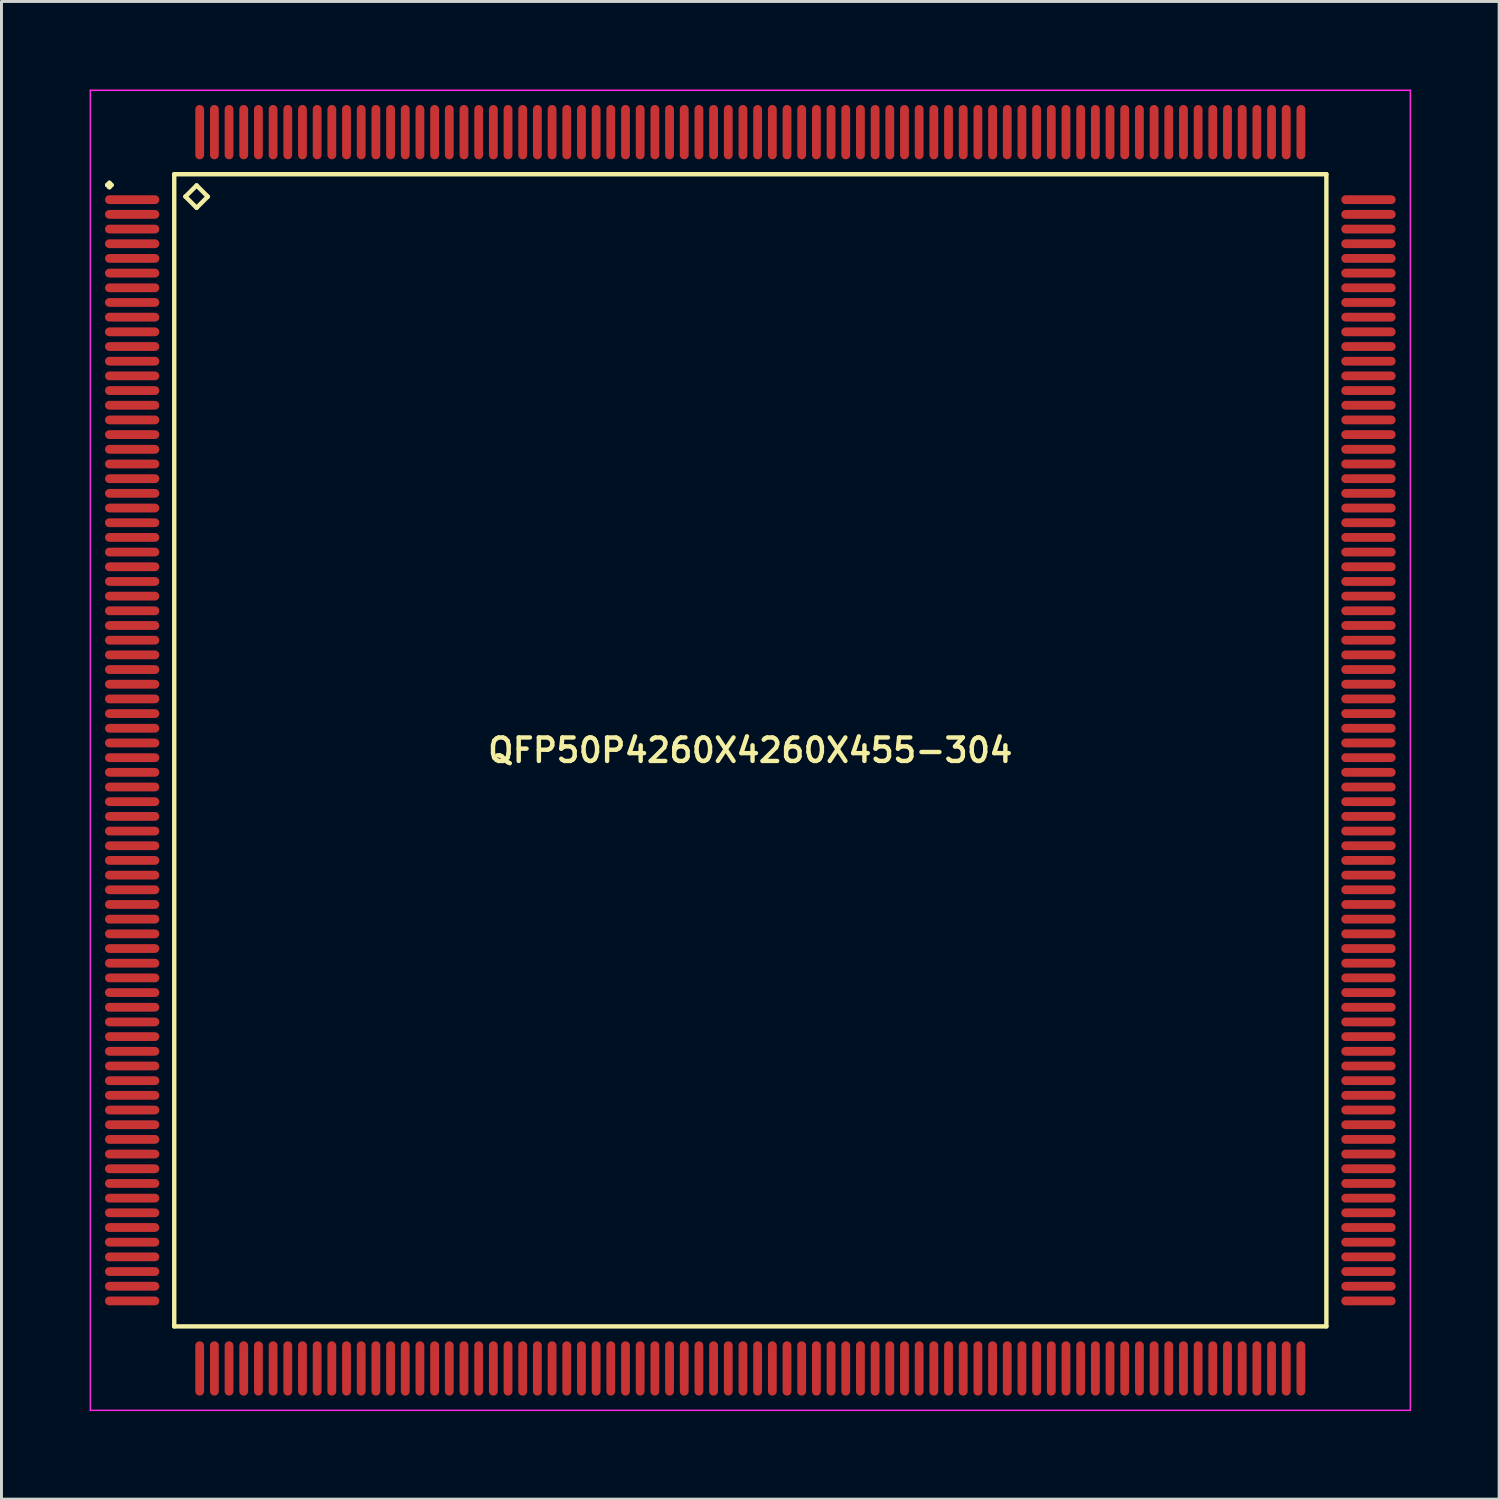
<source format=kicad_pcb>
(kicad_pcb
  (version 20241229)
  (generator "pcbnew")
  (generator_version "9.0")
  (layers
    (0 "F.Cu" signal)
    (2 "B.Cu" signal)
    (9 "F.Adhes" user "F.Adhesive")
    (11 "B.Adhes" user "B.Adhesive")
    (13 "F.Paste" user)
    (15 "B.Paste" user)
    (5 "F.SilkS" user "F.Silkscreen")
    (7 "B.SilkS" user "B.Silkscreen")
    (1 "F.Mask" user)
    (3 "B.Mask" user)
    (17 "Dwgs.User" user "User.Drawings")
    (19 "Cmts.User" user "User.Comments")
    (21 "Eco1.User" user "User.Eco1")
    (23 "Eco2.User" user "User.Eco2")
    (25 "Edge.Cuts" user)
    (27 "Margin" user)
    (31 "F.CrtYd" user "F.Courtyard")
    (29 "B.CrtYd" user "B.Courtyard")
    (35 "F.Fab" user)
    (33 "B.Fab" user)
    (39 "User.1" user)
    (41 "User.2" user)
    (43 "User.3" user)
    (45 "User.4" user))
  (footprint "QFP50P4260X4260X455-304"
    (layer "F.Cu")
    (at 22.5 22.5)
    (property "Reference" "QFP50P4260X4260X455-304" (at 0 0 0) (layer "F.SilkS") (effects (font (size 0.8 0.8) (thickness 0.15))))
    (attr smd)
    (fp_line (start -21.9 -19.25) (end -21.825 -19.325) (stroke (width 0.15) (type solid)) (layer "F.SilkS"))
    (fp_line (start -21.825 -19.325) (end -21.75 -19.25) (stroke (width 0.15) (type solid)) (layer "F.SilkS"))
    (fp_line (start -21.825 -19.175) (end -21.9 -19.25) (stroke (width 0.15) (type solid)) (layer "F.SilkS"))
    (fp_line (start -21.75 -19.25) (end -21.825 -19.175) (stroke (width 0.15) (type solid)) (layer "F.SilkS"))
    (fp_line (start -19.617 -19.617) (end -19.617 19.617) (stroke (width 0.15) (type solid)) (layer "F.SilkS"))
    (fp_line (start -19.617 19.617) (end 19.617 19.617) (stroke (width 0.15) (type solid)) (layer "F.SilkS"))
    (fp_line (start -19.236 -18.855) (end -18.855 -19.236) (stroke (width 0.15) (type solid)) (layer "F.SilkS"))
    (fp_line (start -18.855 -19.236) (end -18.474 -18.855) (stroke (width 0.15) (type solid)) (layer "F.SilkS"))
    (fp_line (start -18.855 -18.474) (end -19.236 -18.855) (stroke (width 0.15) (type solid)) (layer "F.SilkS"))
    (fp_line (start -18.474 -18.855) (end -18.855 -18.474) (stroke (width 0.15) (type solid)) (layer "F.SilkS"))
    (fp_line (start 19.617 -19.617) (end -19.617 -19.617) (stroke (width 0.15) (type solid)) (layer "F.SilkS"))
    (fp_line (start 19.617 19.617) (end 19.617 -19.617) (stroke (width 0.15) (type solid)) (layer "F.SilkS"))
    (fp_line (start -22.475 -22.475) (end 22.475 -22.475) (stroke (width 0.05) (type solid)) (layer "F.CrtYd"))
    (fp_line (start -22.475 22.475) (end -22.475 -22.475) (stroke (width 0.05) (type solid)) (layer "F.CrtYd"))
    (fp_line (start 22.475 -22.475) (end 22.475 22.475) (stroke (width 0.05) (type solid)) (layer "F.CrtYd"))
    (fp_line (start 22.475 22.475) (end -22.475 22.475) (stroke (width 0.05) (type solid)) (layer "F.CrtYd"))
    (pad "1" smd oval (at -21.05 -18.75) (size 1.85 0.3) (layers "F.Cu" "F.Mask" "F.Paste"))
    (pad "2" smd oval (at -21.05 -18.25) (size 1.85 0.3) (layers "F.Cu" "F.Mask" "F.Paste"))
    (pad "3" smd oval (at -21.05 -17.75) (size 1.85 0.3) (layers "F.Cu" "F.Mask" "F.Paste"))
    (pad "4" smd oval (at -21.05 -17.25) (size 1.85 0.3) (layers "F.Cu" "F.Mask" "F.Paste"))
    (pad "5" smd oval (at -21.05 -16.75) (size 1.85 0.3) (layers "F.Cu" "F.Mask" "F.Paste"))
    (pad "6" smd oval (at -21.05 -16.25) (size 1.85 0.3) (layers "F.Cu" "F.Mask" "F.Paste"))
    (pad "7" smd oval (at -21.05 -15.75) (size 1.85 0.3) (layers "F.Cu" "F.Mask" "F.Paste"))
    (pad "8" smd oval (at -21.05 -15.25) (size 1.85 0.3) (layers "F.Cu" "F.Mask" "F.Paste"))
    (pad "9" smd oval (at -21.05 -14.75) (size 1.85 0.3) (layers "F.Cu" "F.Mask" "F.Paste"))
    (pad "10" smd oval (at -21.05 -14.25) (size 1.85 0.3) (layers "F.Cu" "F.Mask" "F.Paste"))
    (pad "11" smd oval (at -21.05 -13.75) (size 1.85 0.3) (layers "F.Cu" "F.Mask" "F.Paste"))
    (pad "12" smd oval (at -21.05 -13.25) (size 1.85 0.3) (layers "F.Cu" "F.Mask" "F.Paste"))
    (pad "13" smd oval (at -21.05 -12.75) (size 1.85 0.3) (layers "F.Cu" "F.Mask" "F.Paste"))
    (pad "14" smd oval (at -21.05 -12.25) (size 1.85 0.3) (layers "F.Cu" "F.Mask" "F.Paste"))
    (pad "15" smd oval (at -21.05 -11.75) (size 1.85 0.3) (layers "F.Cu" "F.Mask" "F.Paste"))
    (pad "16" smd oval (at -21.05 -11.25) (size 1.85 0.3) (layers "F.Cu" "F.Mask" "F.Paste"))
    (pad "17" smd oval (at -21.05 -10.75) (size 1.85 0.3) (layers "F.Cu" "F.Mask" "F.Paste"))
    (pad "18" smd oval (at -21.05 -10.25) (size 1.85 0.3) (layers "F.Cu" "F.Mask" "F.Paste"))
    (pad "19" smd oval (at -21.05 -9.75) (size 1.85 0.3) (layers "F.Cu" "F.Mask" "F.Paste"))
    (pad "20" smd oval (at -21.05 -9.25) (size 1.85 0.3) (layers "F.Cu" "F.Mask" "F.Paste"))
    (pad "21" smd oval (at -21.05 -8.75) (size 1.85 0.3) (layers "F.Cu" "F.Mask" "F.Paste"))
    (pad "22" smd oval (at -21.05 -8.25) (size 1.85 0.3) (layers "F.Cu" "F.Mask" "F.Paste"))
    (pad "23" smd oval (at -21.05 -7.75) (size 1.85 0.3) (layers "F.Cu" "F.Mask" "F.Paste"))
    (pad "24" smd oval (at -21.05 -7.25) (size 1.85 0.3) (layers "F.Cu" "F.Mask" "F.Paste"))
    (pad "25" smd oval (at -21.05 -6.75) (size 1.85 0.3) (layers "F.Cu" "F.Mask" "F.Paste"))
    (pad "26" smd oval (at -21.05 -6.25) (size 1.85 0.3) (layers "F.Cu" "F.Mask" "F.Paste"))
    (pad "27" smd oval (at -21.05 -5.75) (size 1.85 0.3) (layers "F.Cu" "F.Mask" "F.Paste"))
    (pad "28" smd oval (at -21.05 -5.25) (size 1.85 0.3) (layers "F.Cu" "F.Mask" "F.Paste"))
    (pad "29" smd oval (at -21.05 -4.75) (size 1.85 0.3) (layers "F.Cu" "F.Mask" "F.Paste"))
    (pad "30" smd oval (at -21.05 -4.25) (size 1.85 0.3) (layers "F.Cu" "F.Mask" "F.Paste"))
    (pad "31" smd oval (at -21.05 -3.75) (size 1.85 0.3) (layers "F.Cu" "F.Mask" "F.Paste"))
    (pad "32" smd oval (at -21.05 -3.25) (size 1.85 0.3) (layers "F.Cu" "F.Mask" "F.Paste"))
    (pad "33" smd oval (at -21.05 -2.75) (size 1.85 0.3) (layers "F.Cu" "F.Mask" "F.Paste"))
    (pad "34" smd oval (at -21.05 -2.25) (size 1.85 0.3) (layers "F.Cu" "F.Mask" "F.Paste"))
    (pad "35" smd oval (at -21.05 -1.75) (size 1.85 0.3) (layers "F.Cu" "F.Mask" "F.Paste"))
    (pad "36" smd oval (at -21.05 -1.25) (size 1.85 0.3) (layers "F.Cu" "F.Mask" "F.Paste"))
    (pad "37" smd oval (at -21.05 -0.75) (size 1.85 0.3) (layers "F.Cu" "F.Mask" "F.Paste"))
    (pad "38" smd oval (at -21.05 -0.25) (size 1.85 0.3) (layers "F.Cu" "F.Mask" "F.Paste"))
    (pad "39" smd oval (at -21.05 0.25) (size 1.85 0.3) (layers "F.Cu" "F.Mask" "F.Paste"))
    (pad "40" smd oval (at -21.05 0.75) (size 1.85 0.3) (layers "F.Cu" "F.Mask" "F.Paste"))
    (pad "41" smd oval (at -21.05 1.25) (size 1.85 0.3) (layers "F.Cu" "F.Mask" "F.Paste"))
    (pad "42" smd oval (at -21.05 1.75) (size 1.85 0.3) (layers "F.Cu" "F.Mask" "F.Paste"))
    (pad "43" smd oval (at -21.05 2.25) (size 1.85 0.3) (layers "F.Cu" "F.Mask" "F.Paste"))
    (pad "44" smd oval (at -21.05 2.75) (size 1.85 0.3) (layers "F.Cu" "F.Mask" "F.Paste"))
    (pad "45" smd oval (at -21.05 3.25) (size 1.85 0.3) (layers "F.Cu" "F.Mask" "F.Paste"))
    (pad "46" smd oval (at -21.05 3.75) (size 1.85 0.3) (layers "F.Cu" "F.Mask" "F.Paste"))
    (pad "47" smd oval (at -21.05 4.25) (size 1.85 0.3) (layers "F.Cu" "F.Mask" "F.Paste"))
    (pad "48" smd oval (at -21.05 4.75) (size 1.85 0.3) (layers "F.Cu" "F.Mask" "F.Paste"))
    (pad "49" smd oval (at -21.05 5.25) (size 1.85 0.3) (layers "F.Cu" "F.Mask" "F.Paste"))
    (pad "50" smd oval (at -21.05 5.75) (size 1.85 0.3) (layers "F.Cu" "F.Mask" "F.Paste"))
    (pad "51" smd oval (at -21.05 6.25) (size 1.85 0.3) (layers "F.Cu" "F.Mask" "F.Paste"))
    (pad "52" smd oval (at -21.05 6.75) (size 1.85 0.3) (layers "F.Cu" "F.Mask" "F.Paste"))
    (pad "53" smd oval (at -21.05 7.25) (size 1.85 0.3) (layers "F.Cu" "F.Mask" "F.Paste"))
    (pad "54" smd oval (at -21.05 7.75) (size 1.85 0.3) (layers "F.Cu" "F.Mask" "F.Paste"))
    (pad "55" smd oval (at -21.05 8.25) (size 1.85 0.3) (layers "F.Cu" "F.Mask" "F.Paste"))
    (pad "56" smd oval (at -21.05 8.75) (size 1.85 0.3) (layers "F.Cu" "F.Mask" "F.Paste"))
    (pad "57" smd oval (at -21.05 9.25) (size 1.85 0.3) (layers "F.Cu" "F.Mask" "F.Paste"))
    (pad "58" smd oval (at -21.05 9.75) (size 1.85 0.3) (layers "F.Cu" "F.Mask" "F.Paste"))
    (pad "59" smd oval (at -21.05 10.25) (size 1.85 0.3) (layers "F.Cu" "F.Mask" "F.Paste"))
    (pad "60" smd oval (at -21.05 10.75) (size 1.85 0.3) (layers "F.Cu" "F.Mask" "F.Paste"))
    (pad "61" smd oval (at -21.05 11.25) (size 1.85 0.3) (layers "F.Cu" "F.Mask" "F.Paste"))
    (pad "62" smd oval (at -21.05 11.75) (size 1.85 0.3) (layers "F.Cu" "F.Mask" "F.Paste"))
    (pad "63" smd oval (at -21.05 12.25) (size 1.85 0.3) (layers "F.Cu" "F.Mask" "F.Paste"))
    (pad "64" smd oval (at -21.05 12.75) (size 1.85 0.3) (layers "F.Cu" "F.Mask" "F.Paste"))
    (pad "65" smd oval (at -21.05 13.25) (size 1.85 0.3) (layers "F.Cu" "F.Mask" "F.Paste"))
    (pad "66" smd oval (at -21.05 13.75) (size 1.85 0.3) (layers "F.Cu" "F.Mask" "F.Paste"))
    (pad "67" smd oval (at -21.05 14.25) (size 1.85 0.3) (layers "F.Cu" "F.Mask" "F.Paste"))
    (pad "68" smd oval (at -21.05 14.75) (size 1.85 0.3) (layers "F.Cu" "F.Mask" "F.Paste"))
    (pad "69" smd oval (at -21.05 15.25) (size 1.85 0.3) (layers "F.Cu" "F.Mask" "F.Paste"))
    (pad "70" smd oval (at -21.05 15.75) (size 1.85 0.3) (layers "F.Cu" "F.Mask" "F.Paste"))
    (pad "71" smd oval (at -21.05 16.25) (size 1.85 0.3) (layers "F.Cu" "F.Mask" "F.Paste"))
    (pad "72" smd oval (at -21.05 16.75) (size 1.85 0.3) (layers "F.Cu" "F.Mask" "F.Paste"))
    (pad "73" smd oval (at -21.05 17.25) (size 1.85 0.3) (layers "F.Cu" "F.Mask" "F.Paste"))
    (pad "74" smd oval (at -21.05 17.75) (size 1.85 0.3) (layers "F.Cu" "F.Mask" "F.Paste"))
    (pad "75" smd oval (at -21.05 18.25) (size 1.85 0.3) (layers "F.Cu" "F.Mask" "F.Paste"))
    (pad "76" smd oval (at -21.05 18.75) (size 1.85 0.3) (layers "F.Cu" "F.Mask" "F.Paste"))
    (pad "77" smd oval (at -18.75 21.05) (size 0.3 1.85) (layers "F.Cu" "F.Mask" "F.Paste"))
    (pad "78" smd oval (at -18.25 21.05) (size 0.3 1.85) (layers "F.Cu" "F.Mask" "F.Paste"))
    (pad "79" smd oval (at -17.75 21.05) (size 0.3 1.85) (layers "F.Cu" "F.Mask" "F.Paste"))
    (pad "80" smd oval (at -17.25 21.05) (size 0.3 1.85) (layers "F.Cu" "F.Mask" "F.Paste"))
    (pad "81" smd oval (at -16.75 21.05) (size 0.3 1.85) (layers "F.Cu" "F.Mask" "F.Paste"))
    (pad "82" smd oval (at -16.25 21.05) (size 0.3 1.85) (layers "F.Cu" "F.Mask" "F.Paste"))
    (pad "83" smd oval (at -15.75 21.05) (size 0.3 1.85) (layers "F.Cu" "F.Mask" "F.Paste"))
    (pad "84" smd oval (at -15.25 21.05) (size 0.3 1.85) (layers "F.Cu" "F.Mask" "F.Paste"))
    (pad "85" smd oval (at -14.75 21.05) (size 0.3 1.85) (layers "F.Cu" "F.Mask" "F.Paste"))
    (pad "86" smd oval (at -14.25 21.05) (size 0.3 1.85) (layers "F.Cu" "F.Mask" "F.Paste"))
    (pad "87" smd oval (at -13.75 21.05) (size 0.3 1.85) (layers "F.Cu" "F.Mask" "F.Paste"))
    (pad "88" smd oval (at -13.25 21.05) (size 0.3 1.85) (layers "F.Cu" "F.Mask" "F.Paste"))
    (pad "89" smd oval (at -12.75 21.05) (size 0.3 1.85) (layers "F.Cu" "F.Mask" "F.Paste"))
    (pad "90" smd oval (at -12.25 21.05) (size 0.3 1.85) (layers "F.Cu" "F.Mask" "F.Paste"))
    (pad "91" smd oval (at -11.75 21.05) (size 0.3 1.85) (layers "F.Cu" "F.Mask" "F.Paste"))
    (pad "92" smd oval (at -11.25 21.05) (size 0.3 1.85) (layers "F.Cu" "F.Mask" "F.Paste"))
    (pad "93" smd oval (at -10.75 21.05) (size 0.3 1.85) (layers "F.Cu" "F.Mask" "F.Paste"))
    (pad "94" smd oval (at -10.25 21.05) (size 0.3 1.85) (layers "F.Cu" "F.Mask" "F.Paste"))
    (pad "95" smd oval (at -9.75 21.05) (size 0.3 1.85) (layers "F.Cu" "F.Mask" "F.Paste"))
    (pad "96" smd oval (at -9.25 21.05) (size 0.3 1.85) (layers "F.Cu" "F.Mask" "F.Paste"))
    (pad "97" smd oval (at -8.75 21.05) (size 0.3 1.85) (layers "F.Cu" "F.Mask" "F.Paste"))
    (pad "98" smd oval (at -8.25 21.05) (size 0.3 1.85) (layers "F.Cu" "F.Mask" "F.Paste"))
    (pad "99" smd oval (at -7.75 21.05) (size 0.3 1.85) (layers "F.Cu" "F.Mask" "F.Paste"))
    (pad "100" smd oval (at -7.25 21.05) (size 0.3 1.85) (layers "F.Cu" "F.Mask" "F.Paste"))
    (pad "101" smd oval (at -6.75 21.05) (size 0.3 1.85) (layers "F.Cu" "F.Mask" "F.Paste"))
    (pad "102" smd oval (at -6.25 21.05) (size 0.3 1.85) (layers "F.Cu" "F.Mask" "F.Paste"))
    (pad "103" smd oval (at -5.75 21.05) (size 0.3 1.85) (layers "F.Cu" "F.Mask" "F.Paste"))
    (pad "104" smd oval (at -5.25 21.05) (size 0.3 1.85) (layers "F.Cu" "F.Mask" "F.Paste"))
    (pad "105" smd oval (at -4.75 21.05) (size 0.3 1.85) (layers "F.Cu" "F.Mask" "F.Paste"))
    (pad "106" smd oval (at -4.25 21.05) (size 0.3 1.85) (layers "F.Cu" "F.Mask" "F.Paste"))
    (pad "107" smd oval (at -3.75 21.05) (size 0.3 1.85) (layers "F.Cu" "F.Mask" "F.Paste"))
    (pad "108" smd oval (at -3.25 21.05) (size 0.3 1.85) (layers "F.Cu" "F.Mask" "F.Paste"))
    (pad "109" smd oval (at -2.75 21.05) (size 0.3 1.85) (layers "F.Cu" "F.Mask" "F.Paste"))
    (pad "110" smd oval (at -2.25 21.05) (size 0.3 1.85) (layers "F.Cu" "F.Mask" "F.Paste"))
    (pad "111" smd oval (at -1.75 21.05) (size 0.3 1.85) (layers "F.Cu" "F.Mask" "F.Paste"))
    (pad "112" smd oval (at -1.25 21.05) (size 0.3 1.85) (layers "F.Cu" "F.Mask" "F.Paste"))
    (pad "113" smd oval (at -0.75 21.05) (size 0.3 1.85) (layers "F.Cu" "F.Mask" "F.Paste"))
    (pad "114" smd oval (at -0.25 21.05) (size 0.3 1.85) (layers "F.Cu" "F.Mask" "F.Paste"))
    (pad "115" smd oval (at 0.25 21.05) (size 0.3 1.85) (layers "F.Cu" "F.Mask" "F.Paste"))
    (pad "116" smd oval (at 0.75 21.05) (size 0.3 1.85) (layers "F.Cu" "F.Mask" "F.Paste"))
    (pad "117" smd oval (at 1.25 21.05) (size 0.3 1.85) (layers "F.Cu" "F.Mask" "F.Paste"))
    (pad "118" smd oval (at 1.75 21.05) (size 0.3 1.85) (layers "F.Cu" "F.Mask" "F.Paste"))
    (pad "119" smd oval (at 2.25 21.05) (size 0.3 1.85) (layers "F.Cu" "F.Mask" "F.Paste"))
    (pad "120" smd oval (at 2.75 21.05) (size 0.3 1.85) (layers "F.Cu" "F.Mask" "F.Paste"))
    (pad "121" smd oval (at 3.25 21.05) (size 0.3 1.85) (layers "F.Cu" "F.Mask" "F.Paste"))
    (pad "122" smd oval (at 3.75 21.05) (size 0.3 1.85) (layers "F.Cu" "F.Mask" "F.Paste"))
    (pad "123" smd oval (at 4.25 21.05) (size 0.3 1.85) (layers "F.Cu" "F.Mask" "F.Paste"))
    (pad "124" smd oval (at 4.75 21.05) (size 0.3 1.85) (layers "F.Cu" "F.Mask" "F.Paste"))
    (pad "125" smd oval (at 5.25 21.05) (size 0.3 1.85) (layers "F.Cu" "F.Mask" "F.Paste"))
    (pad "126" smd oval (at 5.75 21.05) (size 0.3 1.85) (layers "F.Cu" "F.Mask" "F.Paste"))
    (pad "127" smd oval (at 6.25 21.05) (size 0.3 1.85) (layers "F.Cu" "F.Mask" "F.Paste"))
    (pad "128" smd oval (at 6.75 21.05) (size 0.3 1.85) (layers "F.Cu" "F.Mask" "F.Paste"))
    (pad "129" smd oval (at 7.25 21.05) (size 0.3 1.85) (layers "F.Cu" "F.Mask" "F.Paste"))
    (pad "130" smd oval (at 7.75 21.05) (size 0.3 1.85) (layers "F.Cu" "F.Mask" "F.Paste"))
    (pad "131" smd oval (at 8.25 21.05) (size 0.3 1.85) (layers "F.Cu" "F.Mask" "F.Paste"))
    (pad "132" smd oval (at 8.75 21.05) (size 0.3 1.85) (layers "F.Cu" "F.Mask" "F.Paste"))
    (pad "133" smd oval (at 9.25 21.05) (size 0.3 1.85) (layers "F.Cu" "F.Mask" "F.Paste"))
    (pad "134" smd oval (at 9.75 21.05) (size 0.3 1.85) (layers "F.Cu" "F.Mask" "F.Paste"))
    (pad "135" smd oval (at 10.25 21.05) (size 0.3 1.85) (layers "F.Cu" "F.Mask" "F.Paste"))
    (pad "136" smd oval (at 10.75 21.05) (size 0.3 1.85) (layers "F.Cu" "F.Mask" "F.Paste"))
    (pad "137" smd oval (at 11.25 21.05) (size 0.3 1.85) (layers "F.Cu" "F.Mask" "F.Paste"))
    (pad "138" smd oval (at 11.75 21.05) (size 0.3 1.85) (layers "F.Cu" "F.Mask" "F.Paste"))
    (pad "139" smd oval (at 12.25 21.05) (size 0.3 1.85) (layers "F.Cu" "F.Mask" "F.Paste"))
    (pad "140" smd oval (at 12.75 21.05) (size 0.3 1.85) (layers "F.Cu" "F.Mask" "F.Paste"))
    (pad "141" smd oval (at 13.25 21.05) (size 0.3 1.85) (layers "F.Cu" "F.Mask" "F.Paste"))
    (pad "142" smd oval (at 13.75 21.05) (size 0.3 1.85) (layers "F.Cu" "F.Mask" "F.Paste"))
    (pad "143" smd oval (at 14.25 21.05) (size 0.3 1.85) (layers "F.Cu" "F.Mask" "F.Paste"))
    (pad "144" smd oval (at 14.75 21.05) (size 0.3 1.85) (layers "F.Cu" "F.Mask" "F.Paste"))
    (pad "145" smd oval (at 15.25 21.05) (size 0.3 1.85) (layers "F.Cu" "F.Mask" "F.Paste"))
    (pad "146" smd oval (at 15.75 21.05) (size 0.3 1.85) (layers "F.Cu" "F.Mask" "F.Paste"))
    (pad "147" smd oval (at 16.25 21.05) (size 0.3 1.85) (layers "F.Cu" "F.Mask" "F.Paste"))
    (pad "148" smd oval (at 16.75 21.05) (size 0.3 1.85) (layers "F.Cu" "F.Mask" "F.Paste"))
    (pad "149" smd oval (at 17.25 21.05) (size 0.3 1.85) (layers "F.Cu" "F.Mask" "F.Paste"))
    (pad "150" smd oval (at 17.75 21.05) (size 0.3 1.85) (layers "F.Cu" "F.Mask" "F.Paste"))
    (pad "151" smd oval (at 18.25 21.05) (size 0.3 1.85) (layers "F.Cu" "F.Mask" "F.Paste"))
    (pad "152" smd oval (at 18.75 21.05) (size 0.3 1.85) (layers "F.Cu" "F.Mask" "F.Paste"))
    (pad "153" smd oval (at 21.05 18.75) (size 1.85 0.3) (layers "F.Cu" "F.Mask" "F.Paste"))
    (pad "154" smd oval (at 21.05 18.25) (size 1.85 0.3) (layers "F.Cu" "F.Mask" "F.Paste"))
    (pad "155" smd oval (at 21.05 17.75) (size 1.85 0.3) (layers "F.Cu" "F.Mask" "F.Paste"))
    (pad "156" smd oval (at 21.05 17.25) (size 1.85 0.3) (layers "F.Cu" "F.Mask" "F.Paste"))
    (pad "157" smd oval (at 21.05 16.75) (size 1.85 0.3) (layers "F.Cu" "F.Mask" "F.Paste"))
    (pad "158" smd oval (at 21.05 16.25) (size 1.85 0.3) (layers "F.Cu" "F.Mask" "F.Paste"))
    (pad "159" smd oval (at 21.05 15.75) (size 1.85 0.3) (layers "F.Cu" "F.Mask" "F.Paste"))
    (pad "160" smd oval (at 21.05 15.25) (size 1.85 0.3) (layers "F.Cu" "F.Mask" "F.Paste"))
    (pad "161" smd oval (at 21.05 14.75) (size 1.85 0.3) (layers "F.Cu" "F.Mask" "F.Paste"))
    (pad "162" smd oval (at 21.05 14.25) (size 1.85 0.3) (layers "F.Cu" "F.Mask" "F.Paste"))
    (pad "163" smd oval (at 21.05 13.75) (size 1.85 0.3) (layers "F.Cu" "F.Mask" "F.Paste"))
    (pad "164" smd oval (at 21.05 13.25) (size 1.85 0.3) (layers "F.Cu" "F.Mask" "F.Paste"))
    (pad "165" smd oval (at 21.05 12.75) (size 1.85 0.3) (layers "F.Cu" "F.Mask" "F.Paste"))
    (pad "166" smd oval (at 21.05 12.25) (size 1.85 0.3) (layers "F.Cu" "F.Mask" "F.Paste"))
    (pad "167" smd oval (at 21.05 11.75) (size 1.85 0.3) (layers "F.Cu" "F.Mask" "F.Paste"))
    (pad "168" smd oval (at 21.05 11.25) (size 1.85 0.3) (layers "F.Cu" "F.Mask" "F.Paste"))
    (pad "169" smd oval (at 21.05 10.75) (size 1.85 0.3) (layers "F.Cu" "F.Mask" "F.Paste"))
    (pad "170" smd oval (at 21.05 10.25) (size 1.85 0.3) (layers "F.Cu" "F.Mask" "F.Paste"))
    (pad "171" smd oval (at 21.05 9.75) (size 1.85 0.3) (layers "F.Cu" "F.Mask" "F.Paste"))
    (pad "172" smd oval (at 21.05 9.25) (size 1.85 0.3) (layers "F.Cu" "F.Mask" "F.Paste"))
    (pad "173" smd oval (at 21.05 8.75) (size 1.85 0.3) (layers "F.Cu" "F.Mask" "F.Paste"))
    (pad "174" smd oval (at 21.05 8.25) (size 1.85 0.3) (layers "F.Cu" "F.Mask" "F.Paste"))
    (pad "175" smd oval (at 21.05 7.75) (size 1.85 0.3) (layers "F.Cu" "F.Mask" "F.Paste"))
    (pad "176" smd oval (at 21.05 7.25) (size 1.85 0.3) (layers "F.Cu" "F.Mask" "F.Paste"))
    (pad "177" smd oval (at 21.05 6.75) (size 1.85 0.3) (layers "F.Cu" "F.Mask" "F.Paste"))
    (pad "178" smd oval (at 21.05 6.25) (size 1.85 0.3) (layers "F.Cu" "F.Mask" "F.Paste"))
    (pad "179" smd oval (at 21.05 5.75) (size 1.85 0.3) (layers "F.Cu" "F.Mask" "F.Paste"))
    (pad "180" smd oval (at 21.05 5.25) (size 1.85 0.3) (layers "F.Cu" "F.Mask" "F.Paste"))
    (pad "181" smd oval (at 21.05 4.75) (size 1.85 0.3) (layers "F.Cu" "F.Mask" "F.Paste"))
    (pad "182" smd oval (at 21.05 4.25) (size 1.85 0.3) (layers "F.Cu" "F.Mask" "F.Paste"))
    (pad "183" smd oval (at 21.05 3.75) (size 1.85 0.3) (layers "F.Cu" "F.Mask" "F.Paste"))
    (pad "184" smd oval (at 21.05 3.25) (size 1.85 0.3) (layers "F.Cu" "F.Mask" "F.Paste"))
    (pad "185" smd oval (at 21.05 2.75) (size 1.85 0.3) (layers "F.Cu" "F.Mask" "F.Paste"))
    (pad "186" smd oval (at 21.05 2.25) (size 1.85 0.3) (layers "F.Cu" "F.Mask" "F.Paste"))
    (pad "187" smd oval (at 21.05 1.75) (size 1.85 0.3) (layers "F.Cu" "F.Mask" "F.Paste"))
    (pad "188" smd oval (at 21.05 1.25) (size 1.85 0.3) (layers "F.Cu" "F.Mask" "F.Paste"))
    (pad "189" smd oval (at 21.05 0.75) (size 1.85 0.3) (layers "F.Cu" "F.Mask" "F.Paste"))
    (pad "190" smd oval (at 21.05 0.25) (size 1.85 0.3) (layers "F.Cu" "F.Mask" "F.Paste"))
    (pad "191" smd oval (at 21.05 -0.25) (size 1.85 0.3) (layers "F.Cu" "F.Mask" "F.Paste"))
    (pad "192" smd oval (at 21.05 -0.75) (size 1.85 0.3) (layers "F.Cu" "F.Mask" "F.Paste"))
    (pad "193" smd oval (at 21.05 -1.25) (size 1.85 0.3) (layers "F.Cu" "F.Mask" "F.Paste"))
    (pad "194" smd oval (at 21.05 -1.75) (size 1.85 0.3) (layers "F.Cu" "F.Mask" "F.Paste"))
    (pad "195" smd oval (at 21.05 -2.25) (size 1.85 0.3) (layers "F.Cu" "F.Mask" "F.Paste"))
    (pad "196" smd oval (at 21.05 -2.75) (size 1.85 0.3) (layers "F.Cu" "F.Mask" "F.Paste"))
    (pad "197" smd oval (at 21.05 -3.25) (size 1.85 0.3) (layers "F.Cu" "F.Mask" "F.Paste"))
    (pad "198" smd oval (at 21.05 -3.75) (size 1.85 0.3) (layers "F.Cu" "F.Mask" "F.Paste"))
    (pad "199" smd oval (at 21.05 -4.25) (size 1.85 0.3) (layers "F.Cu" "F.Mask" "F.Paste"))
    (pad "200" smd oval (at 21.05 -4.75) (size 1.85 0.3) (layers "F.Cu" "F.Mask" "F.Paste"))
    (pad "201" smd oval (at 21.05 -5.25) (size 1.85 0.3) (layers "F.Cu" "F.Mask" "F.Paste"))
    (pad "202" smd oval (at 21.05 -5.75) (size 1.85 0.3) (layers "F.Cu" "F.Mask" "F.Paste"))
    (pad "203" smd oval (at 21.05 -6.25) (size 1.85 0.3) (layers "F.Cu" "F.Mask" "F.Paste"))
    (pad "204" smd oval (at 21.05 -6.75) (size 1.85 0.3) (layers "F.Cu" "F.Mask" "F.Paste"))
    (pad "205" smd oval (at 21.05 -7.25) (size 1.85 0.3) (layers "F.Cu" "F.Mask" "F.Paste"))
    (pad "206" smd oval (at 21.05 -7.75) (size 1.85 0.3) (layers "F.Cu" "F.Mask" "F.Paste"))
    (pad "207" smd oval (at 21.05 -8.25) (size 1.85 0.3) (layers "F.Cu" "F.Mask" "F.Paste"))
    (pad "208" smd oval (at 21.05 -8.75) (size 1.85 0.3) (layers "F.Cu" "F.Mask" "F.Paste"))
    (pad "209" smd oval (at 21.05 -9.25) (size 1.85 0.3) (layers "F.Cu" "F.Mask" "F.Paste"))
    (pad "210" smd oval (at 21.05 -9.75) (size 1.85 0.3) (layers "F.Cu" "F.Mask" "F.Paste"))
    (pad "211" smd oval (at 21.05 -10.25) (size 1.85 0.3) (layers "F.Cu" "F.Mask" "F.Paste"))
    (pad "212" smd oval (at 21.05 -10.75) (size 1.85 0.3) (layers "F.Cu" "F.Mask" "F.Paste"))
    (pad "213" smd oval (at 21.05 -11.25) (size 1.85 0.3) (layers "F.Cu" "F.Mask" "F.Paste"))
    (pad "214" smd oval (at 21.05 -11.75) (size 1.85 0.3) (layers "F.Cu" "F.Mask" "F.Paste"))
    (pad "215" smd oval (at 21.05 -12.25) (size 1.85 0.3) (layers "F.Cu" "F.Mask" "F.Paste"))
    (pad "216" smd oval (at 21.05 -12.75) (size 1.85 0.3) (layers "F.Cu" "F.Mask" "F.Paste"))
    (pad "217" smd oval (at 21.05 -13.25) (size 1.85 0.3) (layers "F.Cu" "F.Mask" "F.Paste"))
    (pad "218" smd oval (at 21.05 -13.75) (size 1.85 0.3) (layers "F.Cu" "F.Mask" "F.Paste"))
    (pad "219" smd oval (at 21.05 -14.25) (size 1.85 0.3) (layers "F.Cu" "F.Mask" "F.Paste"))
    (pad "220" smd oval (at 21.05 -14.75) (size 1.85 0.3) (layers "F.Cu" "F.Mask" "F.Paste"))
    (pad "221" smd oval (at 21.05 -15.25) (size 1.85 0.3) (layers "F.Cu" "F.Mask" "F.Paste"))
    (pad "222" smd oval (at 21.05 -15.75) (size 1.85 0.3) (layers "F.Cu" "F.Mask" "F.Paste"))
    (pad "223" smd oval (at 21.05 -16.25) (size 1.85 0.3) (layers "F.Cu" "F.Mask" "F.Paste"))
    (pad "224" smd oval (at 21.05 -16.75) (size 1.85 0.3) (layers "F.Cu" "F.Mask" "F.Paste"))
    (pad "225" smd oval (at 21.05 -17.25) (size 1.85 0.3) (layers "F.Cu" "F.Mask" "F.Paste"))
    (pad "226" smd oval (at 21.05 -17.75) (size 1.85 0.3) (layers "F.Cu" "F.Mask" "F.Paste"))
    (pad "227" smd oval (at 21.05 -18.25) (size 1.85 0.3) (layers "F.Cu" "F.Mask" "F.Paste"))
    (pad "228" smd oval (at 21.05 -18.75) (size 1.85 0.3) (layers "F.Cu" "F.Mask" "F.Paste"))
    (pad "229" smd oval (at 18.75 -21.05) (size 0.3 1.85) (layers "F.Cu" "F.Mask" "F.Paste"))
    (pad "230" smd oval (at 18.25 -21.05) (size 0.3 1.85) (layers "F.Cu" "F.Mask" "F.Paste"))
    (pad "231" smd oval (at 17.75 -21.05) (size 0.3 1.85) (layers "F.Cu" "F.Mask" "F.Paste"))
    (pad "232" smd oval (at 17.25 -21.05) (size 0.3 1.85) (layers "F.Cu" "F.Mask" "F.Paste"))
    (pad "233" smd oval (at 16.75 -21.05) (size 0.3 1.85) (layers "F.Cu" "F.Mask" "F.Paste"))
    (pad "234" smd oval (at 16.25 -21.05) (size 0.3 1.85) (layers "F.Cu" "F.Mask" "F.Paste"))
    (pad "235" smd oval (at 15.75 -21.05) (size 0.3 1.85) (layers "F.Cu" "F.Mask" "F.Paste"))
    (pad "236" smd oval (at 15.25 -21.05) (size 0.3 1.85) (layers "F.Cu" "F.Mask" "F.Paste"))
    (pad "237" smd oval (at 14.75 -21.05) (size 0.3 1.85) (layers "F.Cu" "F.Mask" "F.Paste"))
    (pad "238" smd oval (at 14.25 -21.05) (size 0.3 1.85) (layers "F.Cu" "F.Mask" "F.Paste"))
    (pad "239" smd oval (at 13.75 -21.05) (size 0.3 1.85) (layers "F.Cu" "F.Mask" "F.Paste"))
    (pad "240" smd oval (at 13.25 -21.05) (size 0.3 1.85) (layers "F.Cu" "F.Mask" "F.Paste"))
    (pad "241" smd oval (at 12.75 -21.05) (size 0.3 1.85) (layers "F.Cu" "F.Mask" "F.Paste"))
    (pad "242" smd oval (at 12.25 -21.05) (size 0.3 1.85) (layers "F.Cu" "F.Mask" "F.Paste"))
    (pad "243" smd oval (at 11.75 -21.05) (size 0.3 1.85) (layers "F.Cu" "F.Mask" "F.Paste"))
    (pad "244" smd oval (at 11.25 -21.05) (size 0.3 1.85) (layers "F.Cu" "F.Mask" "F.Paste"))
    (pad "245" smd oval (at 10.75 -21.05) (size 0.3 1.85) (layers "F.Cu" "F.Mask" "F.Paste"))
    (pad "246" smd oval (at 10.25 -21.05) (size 0.3 1.85) (layers "F.Cu" "F.Mask" "F.Paste"))
    (pad "247" smd oval (at 9.75 -21.05) (size 0.3 1.85) (layers "F.Cu" "F.Mask" "F.Paste"))
    (pad "248" smd oval (at 9.25 -21.05) (size 0.3 1.85) (layers "F.Cu" "F.Mask" "F.Paste"))
    (pad "249" smd oval (at 8.75 -21.05) (size 0.3 1.85) (layers "F.Cu" "F.Mask" "F.Paste"))
    (pad "250" smd oval (at 8.25 -21.05) (size 0.3 1.85) (layers "F.Cu" "F.Mask" "F.Paste"))
    (pad "251" smd oval (at 7.75 -21.05) (size 0.3 1.85) (layers "F.Cu" "F.Mask" "F.Paste"))
    (pad "252" smd oval (at 7.25 -21.05) (size 0.3 1.85) (layers "F.Cu" "F.Mask" "F.Paste"))
    (pad "253" smd oval (at 6.75 -21.05) (size 0.3 1.85) (layers "F.Cu" "F.Mask" "F.Paste"))
    (pad "254" smd oval (at 6.25 -21.05) (size 0.3 1.85) (layers "F.Cu" "F.Mask" "F.Paste"))
    (pad "255" smd oval (at 5.75 -21.05) (size 0.3 1.85) (layers "F.Cu" "F.Mask" "F.Paste"))
    (pad "256" smd oval (at 5.25 -21.05) (size 0.3 1.85) (layers "F.Cu" "F.Mask" "F.Paste"))
    (pad "257" smd oval (at 4.75 -21.05) (size 0.3 1.85) (layers "F.Cu" "F.Mask" "F.Paste"))
    (pad "258" smd oval (at 4.25 -21.05) (size 0.3 1.85) (layers "F.Cu" "F.Mask" "F.Paste"))
    (pad "259" smd oval (at 3.75 -21.05) (size 0.3 1.85) (layers "F.Cu" "F.Mask" "F.Paste"))
    (pad "260" smd oval (at 3.25 -21.05) (size 0.3 1.85) (layers "F.Cu" "F.Mask" "F.Paste"))
    (pad "261" smd oval (at 2.75 -21.05) (size 0.3 1.85) (layers "F.Cu" "F.Mask" "F.Paste"))
    (pad "262" smd oval (at 2.25 -21.05) (size 0.3 1.85) (layers "F.Cu" "F.Mask" "F.Paste"))
    (pad "263" smd oval (at 1.75 -21.05) (size 0.3 1.85) (layers "F.Cu" "F.Mask" "F.Paste"))
    (pad "264" smd oval (at 1.25 -21.05) (size 0.3 1.85) (layers "F.Cu" "F.Mask" "F.Paste"))
    (pad "265" smd oval (at 0.75 -21.05) (size 0.3 1.85) (layers "F.Cu" "F.Mask" "F.Paste"))
    (pad "266" smd oval (at 0.25 -21.05) (size 0.3 1.85) (layers "F.Cu" "F.Mask" "F.Paste"))
    (pad "267" smd oval (at -0.25 -21.05) (size 0.3 1.85) (layers "F.Cu" "F.Mask" "F.Paste"))
    (pad "268" smd oval (at -0.75 -21.05) (size 0.3 1.85) (layers "F.Cu" "F.Mask" "F.Paste"))
    (pad "269" smd oval (at -1.25 -21.05) (size 0.3 1.85) (layers "F.Cu" "F.Mask" "F.Paste"))
    (pad "270" smd oval (at -1.75 -21.05) (size 0.3 1.85) (layers "F.Cu" "F.Mask" "F.Paste"))
    (pad "271" smd oval (at -2.25 -21.05) (size 0.3 1.85) (layers "F.Cu" "F.Mask" "F.Paste"))
    (pad "272" smd oval (at -2.75 -21.05) (size 0.3 1.85) (layers "F.Cu" "F.Mask" "F.Paste"))
    (pad "273" smd oval (at -3.25 -21.05) (size 0.3 1.85) (layers "F.Cu" "F.Mask" "F.Paste"))
    (pad "274" smd oval (at -3.75 -21.05) (size 0.3 1.85) (layers "F.Cu" "F.Mask" "F.Paste"))
    (pad "275" smd oval (at -4.25 -21.05) (size 0.3 1.85) (layers "F.Cu" "F.Mask" "F.Paste"))
    (pad "276" smd oval (at -4.75 -21.05) (size 0.3 1.85) (layers "F.Cu" "F.Mask" "F.Paste"))
    (pad "277" smd oval (at -5.25 -21.05) (size 0.3 1.85) (layers "F.Cu" "F.Mask" "F.Paste"))
    (pad "278" smd oval (at -5.75 -21.05) (size 0.3 1.85) (layers "F.Cu" "F.Mask" "F.Paste"))
    (pad "279" smd oval (at -6.25 -21.05) (size 0.3 1.85) (layers "F.Cu" "F.Mask" "F.Paste"))
    (pad "280" smd oval (at -6.75 -21.05) (size 0.3 1.85) (layers "F.Cu" "F.Mask" "F.Paste"))
    (pad "281" smd oval (at -7.25 -21.05) (size 0.3 1.85) (layers "F.Cu" "F.Mask" "F.Paste"))
    (pad "282" smd oval (at -7.75 -21.05) (size 0.3 1.85) (layers "F.Cu" "F.Mask" "F.Paste"))
    (pad "283" smd oval (at -8.25 -21.05) (size 0.3 1.85) (layers "F.Cu" "F.Mask" "F.Paste"))
    (pad "284" smd oval (at -8.75 -21.05) (size 0.3 1.85) (layers "F.Cu" "F.Mask" "F.Paste"))
    (pad "285" smd oval (at -9.25 -21.05) (size 0.3 1.85) (layers "F.Cu" "F.Mask" "F.Paste"))
    (pad "286" smd oval (at -9.75 -21.05) (size 0.3 1.85) (layers "F.Cu" "F.Mask" "F.Paste"))
    (pad "287" smd oval (at -10.25 -21.05) (size 0.3 1.85) (layers "F.Cu" "F.Mask" "F.Paste"))
    (pad "288" smd oval (at -10.75 -21.05) (size 0.3 1.85) (layers "F.Cu" "F.Mask" "F.Paste"))
    (pad "289" smd oval (at -11.25 -21.05) (size 0.3 1.85) (layers "F.Cu" "F.Mask" "F.Paste"))
    (pad "290" smd oval (at -11.75 -21.05) (size 0.3 1.85) (layers "F.Cu" "F.Mask" "F.Paste"))
    (pad "291" smd oval (at -12.25 -21.05) (size 0.3 1.85) (layers "F.Cu" "F.Mask" "F.Paste"))
    (pad "292" smd oval (at -12.75 -21.05) (size 0.3 1.85) (layers "F.Cu" "F.Mask" "F.Paste"))
    (pad "293" smd oval (at -13.25 -21.05) (size 0.3 1.85) (layers "F.Cu" "F.Mask" "F.Paste"))
    (pad "294" smd oval (at -13.75 -21.05) (size 0.3 1.85) (layers "F.Cu" "F.Mask" "F.Paste"))
    (pad "295" smd oval (at -14.25 -21.05) (size 0.3 1.85) (layers "F.Cu" "F.Mask" "F.Paste"))
    (pad "296" smd oval (at -14.75 -21.05) (size 0.3 1.85) (layers "F.Cu" "F.Mask" "F.Paste"))
    (pad "297" smd oval (at -15.25 -21.05) (size 0.3 1.85) (layers "F.Cu" "F.Mask" "F.Paste"))
    (pad "298" smd oval (at -15.75 -21.05) (size 0.3 1.85) (layers "F.Cu" "F.Mask" "F.Paste"))
    (pad "299" smd oval (at -16.25 -21.05) (size 0.3 1.85) (layers "F.Cu" "F.Mask" "F.Paste"))
    (pad "300" smd oval (at -16.75 -21.05) (size 0.3 1.85) (layers "F.Cu" "F.Mask" "F.Paste"))
    (pad "301" smd oval (at -17.25 -21.05) (size 0.3 1.85) (layers "F.Cu" "F.Mask" "F.Paste"))
    (pad "302" smd oval (at -17.75 -21.05) (size 0.3 1.85) (layers "F.Cu" "F.Mask" "F.Paste"))
    (pad "303" smd oval (at -18.25 -21.05) (size 0.3 1.85) (layers "F.Cu" "F.Mask" "F.Paste"))
    (pad "304" smd oval (at -18.75 -21.05) (size 0.3 1.85) (layers "F.Cu" "F.Mask" "F.Paste")))
  (gr_rect
    (start -3 -3)
    (end 48 48)
    (stroke (width 0.1) (type default))
    (fill no)
    (layer "Edge.Cuts")))
</source>
